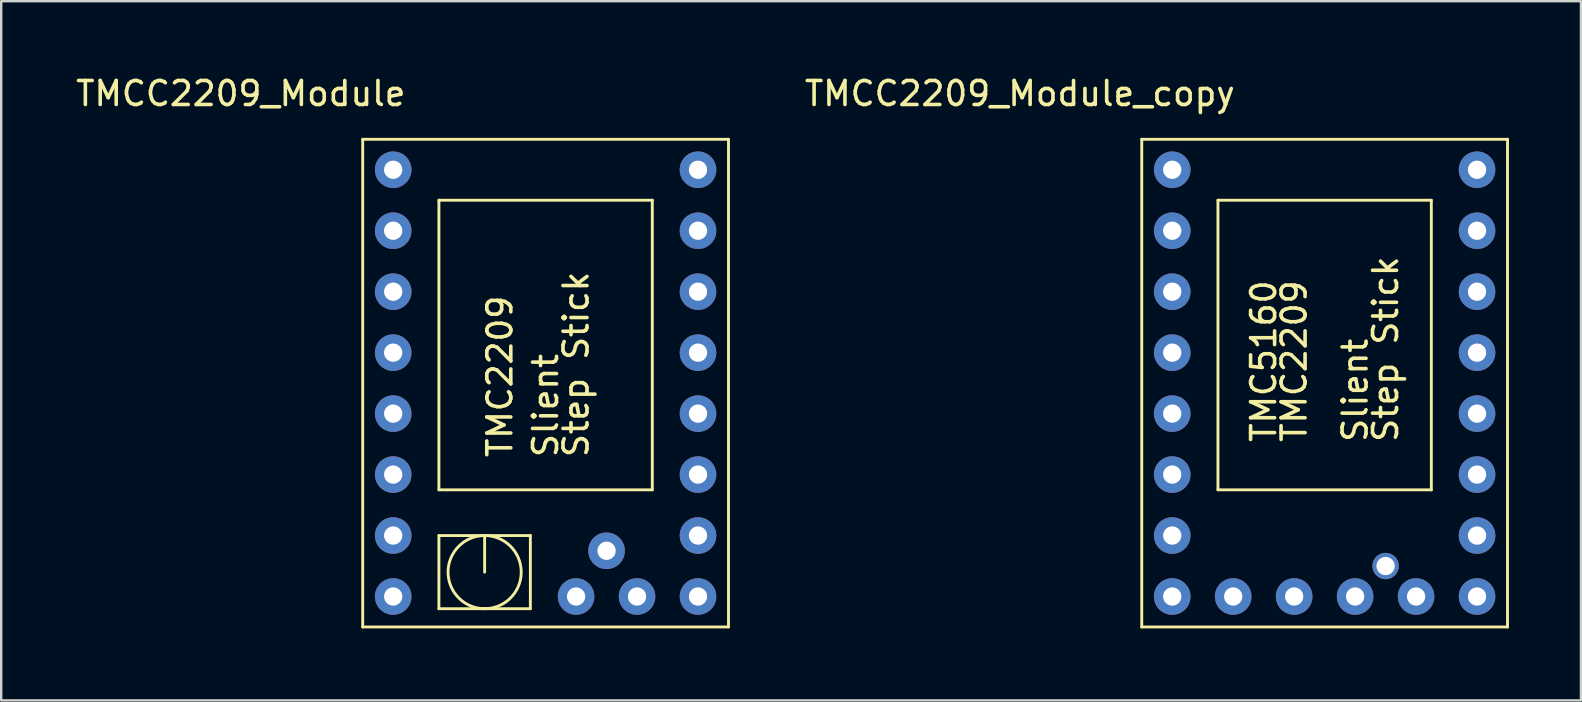
<source format=kicad_pcb>
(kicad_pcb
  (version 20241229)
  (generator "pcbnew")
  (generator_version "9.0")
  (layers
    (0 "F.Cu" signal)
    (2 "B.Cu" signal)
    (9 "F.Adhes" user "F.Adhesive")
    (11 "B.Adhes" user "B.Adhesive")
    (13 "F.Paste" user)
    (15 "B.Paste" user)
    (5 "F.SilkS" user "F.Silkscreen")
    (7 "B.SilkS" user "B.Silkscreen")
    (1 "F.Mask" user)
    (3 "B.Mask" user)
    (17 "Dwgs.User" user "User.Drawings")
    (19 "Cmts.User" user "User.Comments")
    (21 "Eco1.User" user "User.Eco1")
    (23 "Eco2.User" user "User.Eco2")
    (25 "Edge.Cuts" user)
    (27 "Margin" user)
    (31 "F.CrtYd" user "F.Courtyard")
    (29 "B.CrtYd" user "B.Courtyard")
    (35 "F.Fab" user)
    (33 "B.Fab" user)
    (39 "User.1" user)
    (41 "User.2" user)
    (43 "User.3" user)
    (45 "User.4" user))
  (footprint "TMCC2209_Module"
    (layer "F.Cu")
    (at 13.332 4.023)
    (property "Reference" "TMCC2209_Module" (at -6.35 -3.175 0) (layer "F.SilkS") (effects (font (size 1 1) (thickness 0.15))))
    (attr through_hole)
    (fp_line (start -1.27 -1.27) (end -1.27 19.05) (stroke (width 0.12) (type solid)) (layer "F.SilkS"))
    (fp_line (start -1.27 19.05) (end 13.97 19.05) (stroke (width 0.12) (type solid)) (layer "F.SilkS"))
    (fp_line (start 1.905 1.27) (end 10.795 1.27) (stroke (width 0.12) (type solid)) (layer "F.SilkS"))
    (fp_line (start 1.905 13.335) (end 1.905 1.27) (stroke (width 0.12) (type solid)) (layer "F.SilkS"))
    (fp_line (start 1.905 15.24) (end 5.715 15.24) (stroke (width 0.12) (type solid)) (layer "F.SilkS"))
    (fp_line (start 1.905 18.288) (end 1.905 15.24) (stroke (width 0.12) (type solid)) (layer "F.SilkS"))
    (fp_line (start 3.81 16.764) (end 3.81 15.24) (stroke (width 0.12) (type solid)) (layer "F.SilkS"))
    (fp_line (start 5.715 15.24) (end 5.715 18.288) (stroke (width 0.12) (type solid)) (layer "F.SilkS"))
    (fp_line (start 5.715 18.288) (end 1.905 18.288) (stroke (width 0.12) (type solid)) (layer "F.SilkS"))
    (fp_line (start 10.795 1.27) (end 10.795 13.335) (stroke (width 0.12) (type solid)) (layer "F.SilkS"))
    (fp_line (start 10.795 13.335) (end 1.905 13.335) (stroke (width 0.12) (type solid)) (layer "F.SilkS"))
    (fp_line (start 13.97 -1.27) (end -1.27 -1.27) (stroke (width 0.12) (type solid)) (layer "F.SilkS"))
    (fp_line (start 13.97 19.05) (end 13.97 -1.27) (stroke (width 0.12) (type solid)) (layer "F.SilkS"))
    (fp_circle (center 3.81 16.764) (end 5.334 16.764) (stroke (width 0.12) (type solid)) (fill no) (layer "F.SilkS"))
    (fp_text user "Step Stick" (at 7.62 12.065 90) (layer "F.SilkS") (effects (font (size 1 1) (thickness 0.15)) (justify left)))
    (fp_text user "Slient" (at 6.35 12.065 90) (layer "F.SilkS") (effects (font (size 1 1) (thickness 0.15)) (justify left)))
    (fp_text user "TMC2209" (at 4.445 12.065 90) (layer "F.SilkS") (effects (font (size 1 1) (thickness 0.15)) (justify left)))
    (pad "1" thru_hole circle (at 0 0) (size 1.524 1.524) (drill 0.762) (layers "*.Cu" "*.Mask"))
    (pad "2" thru_hole circle (at 0 2.54) (size 1.524 1.524) (drill 0.762) (layers "*.Cu" "*.Mask"))
    (pad "3" thru_hole circle (at 0 5.08) (size 1.524 1.524) (drill 0.762) (layers "*.Cu" "*.Mask"))
    (pad "4" thru_hole circle (at 0 7.62) (size 1.524 1.524) (drill 0.762) (layers "*.Cu" "*.Mask"))
    (pad "5" thru_hole circle (at 0 10.16) (size 1.524 1.524) (drill 0.762) (layers "*.Cu" "*.Mask"))
    (pad "6" thru_hole circle (at 0 12.7) (size 1.524 1.524) (drill 0.762) (layers "*.Cu" "*.Mask"))
    (pad "7" thru_hole circle (at 0 15.24) (size 1.524 1.524) (drill 0.762) (layers "*.Cu" "*.Mask"))
    (pad "8" thru_hole circle (at 0 17.78) (size 1.524 1.524) (drill 0.762) (layers "*.Cu" "*.Mask"))
    (pad "9" thru_hole circle (at 12.7 0) (size 1.524 1.524) (drill 0.762) (layers "*.Cu" "*.Mask"))
    (pad "10" thru_hole circle (at 12.7 2.54) (size 1.524 1.524) (drill 0.762) (layers "*.Cu" "*.Mask"))
    (pad "11" thru_hole circle (at 12.7 5.08) (size 1.524 1.524) (drill 0.762) (layers "*.Cu" "*.Mask"))
    (pad "12" thru_hole circle (at 12.7 7.62) (size 1.524 1.524) (drill 0.762) (layers "*.Cu" "*.Mask"))
    (pad "13" thru_hole circle (at 12.7 10.16) (size 1.524 1.524) (drill 0.762) (layers "*.Cu" "*.Mask"))
    (pad "14" thru_hole circle (at 12.7 12.7) (size 1.524 1.524) (drill 0.762) (layers "*.Cu" "*.Mask"))
    (pad "15" thru_hole circle (at 12.7 15.24) (size 1.524 1.524) (drill 0.762) (layers "*.Cu" "*.Mask"))
    (pad "16" thru_hole circle (at 12.7 17.78) (size 1.524 1.524) (drill 0.762) (layers "*.Cu" "*.Mask"))
    (pad "17" thru_hole circle (at 7.62 17.78) (size 1.524 1.524) (drill 0.762) (layers "*.Cu" "*.Mask"))
    (pad "18" thru_hole circle (at 10.16 17.78) (size 1.524 1.524) (drill 0.762) (layers "*.Cu" "*.Mask"))
    (pad "19" thru_hole circle (at 8.89 15.875) (size 1.524 1.524) (drill 0.762) (layers "*.Cu" "*.Mask")))
  (footprint "TMCC2209_Module_copy"
    (layer "F.Cu")
    (at 45.79 4.023)
    (property "Reference" "TMCC2209_Module_copy" (at -6.35 -3.175 0) (layer "F.SilkS") (effects (font (size 1 1) (thickness 0.15))))
    (attr through_hole)
    (fp_line (start -1.27 -1.27) (end -1.27 19.05) (stroke (width 0.12) (type solid)) (layer "F.SilkS"))
    (fp_line (start -1.27 19.05) (end 13.97 19.05) (stroke (width 0.12) (type solid)) (layer "F.SilkS"))
    (fp_line (start 1.905 1.27) (end 10.795 1.27) (stroke (width 0.12) (type solid)) (layer "F.SilkS"))
    (fp_line (start 1.905 13.335) (end 1.905 1.27) (stroke (width 0.12) (type solid)) (layer "F.SilkS"))
    (fp_line (start 10.795 1.27) (end 10.795 13.335) (stroke (width 0.12) (type solid)) (layer "F.SilkS"))
    (fp_line (start 10.795 13.335) (end 1.905 13.335) (stroke (width 0.12) (type solid)) (layer "F.SilkS"))
    (fp_line (start 13.97 -1.27) (end -1.27 -1.27) (stroke (width 0.12) (type solid)) (layer "F.SilkS"))
    (fp_line (start 13.97 19.05) (end 13.97 -1.27) (stroke (width 0.12) (type solid)) (layer "F.SilkS"))
    (fp_text user "Slient" (at 7.62 11.43 90) (layer "F.SilkS") (effects (font (size 1 1) (thickness 0.15)) (justify left)))
    (fp_text user "TMC2209" (at 5.08 11.43 90) (layer "F.SilkS") (effects (font (size 1 1) (thickness 0.15)) (justify left)))
    (fp_text user "Step Stick" (at 8.89 11.43 90) (layer "F.SilkS") (effects (font (size 1 1) (thickness 0.15)) (justify left)))
    (fp_text user "TMC5160" (at 3.81 11.43 90) (layer "F.SilkS") (effects (font (size 1 1) (thickness 0.15)) (justify left)))
    (pad "1" thru_hole circle (at 0 0) (size 1.524 1.524) (drill 0.762) (layers "*.Cu" "*.Mask"))
    (pad "2" thru_hole circle (at 0 2.54) (size 1.524 1.524) (drill 0.762) (layers "*.Cu" "*.Mask"))
    (pad "3" thru_hole circle (at 0 5.08) (size 1.524 1.524) (drill 0.762) (layers "*.Cu" "*.Mask"))
    (pad "4" thru_hole circle (at 0 7.62) (size 1.524 1.524) (drill 0.762) (layers "*.Cu" "*.Mask"))
    (pad "5" thru_hole circle (at 0 10.16) (size 1.524 1.524) (drill 0.762) (layers "*.Cu" "*.Mask"))
    (pad "6" thru_hole circle (at 0 12.7) (size 1.524 1.524) (drill 0.762) (layers "*.Cu" "*.Mask"))
    (pad "7" thru_hole circle (at 0 15.24) (size 1.524 1.524) (drill 0.762) (layers "*.Cu" "*.Mask"))
    (pad "8" thru_hole circle (at 0 17.78) (size 1.524 1.524) (drill 0.762) (layers "*.Cu" "*.Mask"))
    (pad "9" thru_hole circle (at 12.7 0) (size 1.524 1.524) (drill 0.762) (layers "*.Cu" "*.Mask"))
    (pad "10" thru_hole circle (at 12.7 2.54) (size 1.524 1.524) (drill 0.762) (layers "*.Cu" "*.Mask"))
    (pad "11" thru_hole circle (at 12.7 5.08) (size 1.524 1.524) (drill 0.762) (layers "*.Cu" "*.Mask"))
    (pad "12" thru_hole circle (at 12.7 7.62) (size 1.524 1.524) (drill 0.762) (layers "*.Cu" "*.Mask"))
    (pad "13" thru_hole circle (at 12.7 10.16) (size 1.524 1.524) (drill 0.762) (layers "*.Cu" "*.Mask"))
    (pad "14" thru_hole circle (at 12.7 12.7) (size 1.524 1.524) (drill 0.762) (layers "*.Cu" "*.Mask"))
    (pad "15" thru_hole circle (at 12.7 15.24) (size 1.524 1.524) (drill 0.762) (layers "*.Cu" "*.Mask"))
    (pad "16" thru_hole circle (at 12.7 17.78) (size 1.524 1.524) (drill 0.762) (layers "*.Cu" "*.Mask"))
    (pad "17" thru_hole circle (at 2.54 17.78) (size 1.524 1.524) (drill 0.762) (layers "*.Cu" "*.Mask"))
    (pad "18" thru_hole circle (at 5.08 17.78) (size 1.524 1.524) (drill 0.762) (layers "*.Cu" "*.Mask"))
    (pad "19" thru_hole circle (at 7.62 17.78) (size 1.524 1.524) (drill 0.762) (layers "*.Cu" "*.Mask"))
    (pad "20" thru_hole circle (at 10.16 17.78) (size 1.524 1.524) (drill 0.762) (layers "*.Cu" "*.Mask"))
    (pad "21" thru_hole circle (at 8.89 16.51) (size 1.1 1.1) (drill 0.762) (layers "*.Cu" "*.Mask")))
  (gr_rect
    (start -3 -3)
    (end 62.82 26.133)
    (stroke (width 0.1) (type default))
    (fill no)
    (layer "Edge.Cuts")))
</source>
